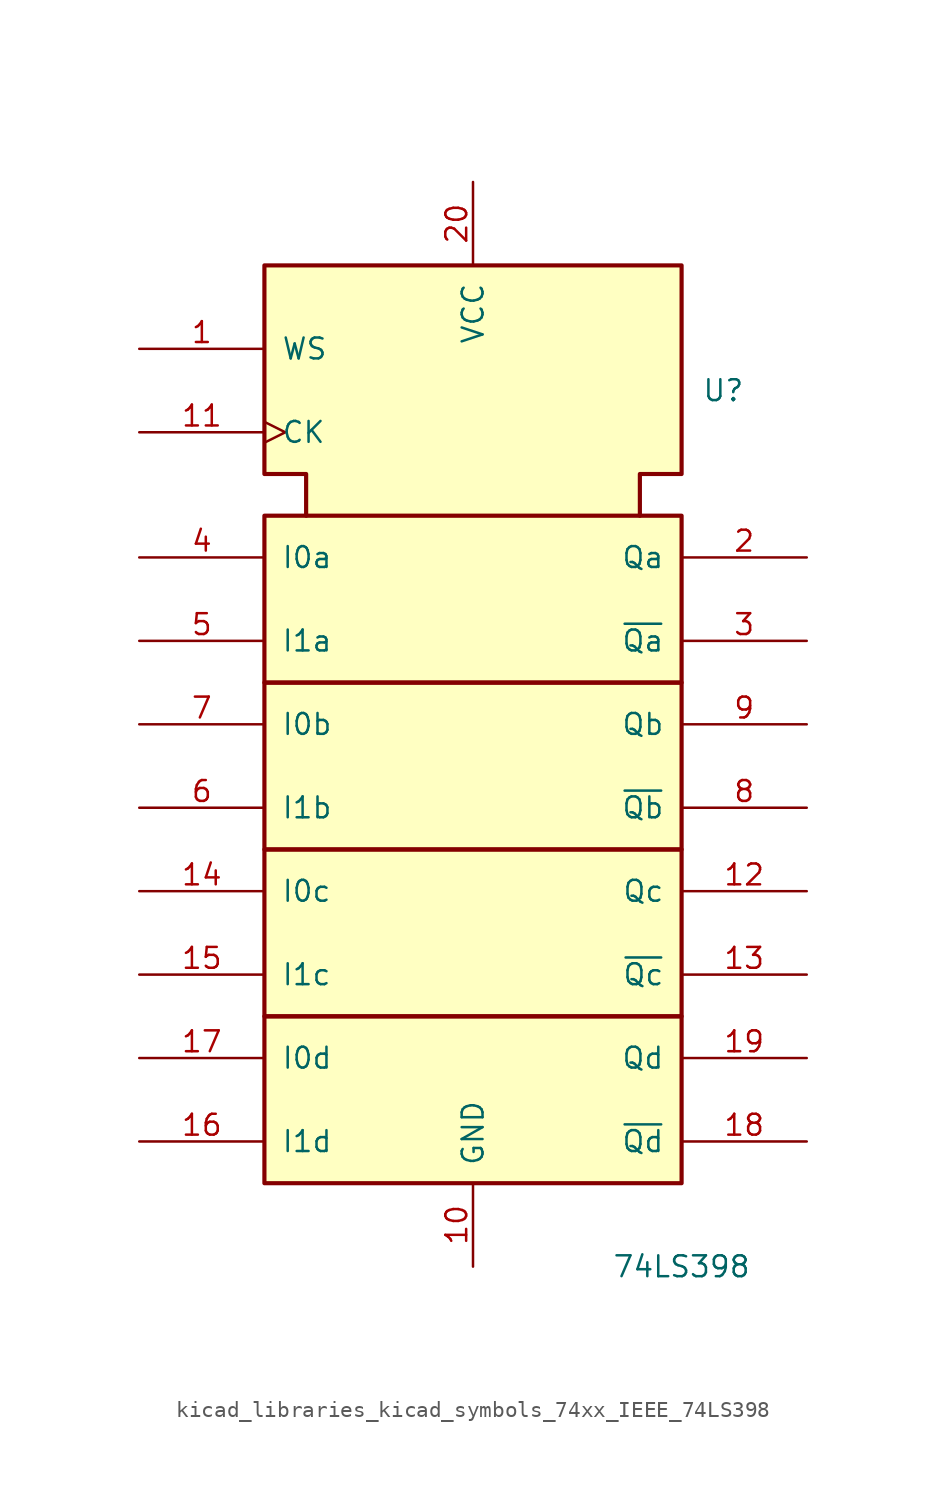
<source format=kicad_sym>
(kicad_symbol_lib
  (version 20220914)
  (generator kicad_symbol_editor)
  (symbol "kicad_libraries_kicad_symbols_74xx_IEEE_74LS398"
    (pin_names
      (offset 1.016))
    (property "Reference" "U"
      (at 15.24 20.32 0)
      (effects (font (size 1.27 1.27))))
    (property "Value" "74LS398"
      (at 12.7 -33.02 0)
      (effects (font (size 1.27 1.27))))
    (symbol "kicad_libraries_kicad_symbols_74xx_IEEE_74LS398_0_0"
      (rectangle (start -12.7 -17.78) (end 12.7 -27.94) (stroke (width 0.254) (type default)) (fill (type background)))
      (rectangle (start -12.7 -7.62) (end 12.7 -17.78) (stroke (width 0.254) (type default)) (fill (type background)))
      (rectangle (start -12.7 2.54) (end 12.7 -7.62) (stroke (width 0.254) (type default)) (fill (type background)))
      (rectangle (start -12.7 12.7) (end 12.7 2.54) (stroke (width 0.254) (type default)) (fill (type background)))
      (polyline (pts (xy -10.16 12.7) (xy -10.16 15.24) (xy -12.7 15.24) (xy -12.7 27.94) (xy 12.7 27.94) (xy 12.7 15.24) (xy 10.16 15.24) (xy 10.16 12.7) (xy 10.16 12.7)) (stroke (width 0.254) (type default)) (fill (type background)))
      (pin power_in line (at 0 -33.02 90) (length 5.08) (name "GND" (effects (font (size 1.27 1.27)))) (number "10" (effects (font (size 1.27 1.27)))))
      (pin power_in line (at 0 33.02 270) (length 5.08) (name "VCC" (effects (font (size 1.27 1.27)))) (number "20" (effects (font (size 1.27 1.27))))))
    (symbol "kicad_libraries_kicad_symbols_74xx_IEEE_74LS398_1_1"
      (pin input line (at -20.32 22.86 0) (length 7.62) (name "WS" (effects (font (size 1.27 1.27)))) (number "1" (effects (font (size 1.27 1.27)))))
      (pin input clock (at -20.32 17.78 0) (length 7.62) (name "CK" (effects (font (size 1.27 1.27)))) (number "11" (effects (font (size 1.27 1.27)))))
      (pin tri_state line (at 20.32 -10.16 180) (length 7.62) (name "Qc" (effects (font (size 1.27 1.27)))) (number "12" (effects (font (size 1.27 1.27)))))
      (pin output line (at 20.32 -15.24 180) (length 7.62) (name "~{Qc}" (effects (font (size 1.27 1.27)))) (number "13" (effects (font (size 1.27 1.27)))))
      (pin input line (at -20.32 -10.16 0) (length 7.62) (name "I0c" (effects (font (size 1.27 1.27)))) (number "14" (effects (font (size 1.27 1.27)))))
      (pin input line (at -20.32 -15.24 0) (length 7.62) (name "I1c" (effects (font (size 1.27 1.27)))) (number "15" (effects (font (size 1.27 1.27)))))
      (pin input line (at -20.32 -25.4 0) (length 7.62) (name "I1d" (effects (font (size 1.27 1.27)))) (number "16" (effects (font (size 1.27 1.27)))))
      (pin input line (at -20.32 -20.32 0) (length 7.62) (name "I0d" (effects (font (size 1.27 1.27)))) (number "17" (effects (font (size 1.27 1.27)))))
      (pin output line (at 20.32 -25.4 180) (length 7.62) (name "~{Qd}" (effects (font (size 1.27 1.27)))) (number "18" (effects (font (size 1.27 1.27)))))
      (pin tri_state line (at 20.32 -20.32 180) (length 7.62) (name "Qd" (effects (font (size 1.27 1.27)))) (number "19" (effects (font (size 1.27 1.27)))))
      (pin tri_state line (at 20.32 10.16 180) (length 7.62) (name "Qa" (effects (font (size 1.27 1.27)))) (number "2" (effects (font (size 1.27 1.27)))))
      (pin output line (at 20.32 5.08 180) (length 7.62) (name "~{Qa}" (effects (font (size 1.27 1.27)))) (number "3" (effects (font (size 1.27 1.27)))))
      (pin input line (at -20.32 10.16 0) (length 7.62) (name "I0a" (effects (font (size 1.27 1.27)))) (number "4" (effects (font (size 1.27 1.27)))))
      (pin input line (at -20.32 5.08 0) (length 7.62) (name "I1a" (effects (font (size 1.27 1.27)))) (number "5" (effects (font (size 1.27 1.27)))))
      (pin input line (at -20.32 -5.08 0) (length 7.62) (name "I1b" (effects (font (size 1.27 1.27)))) (number "6" (effects (font (size 1.27 1.27)))))
      (pin input line (at -20.32 0 0) (length 7.62) (name "I0b" (effects (font (size 1.27 1.27)))) (number "7" (effects (font (size 1.27 1.27)))))
      (pin output line (at 20.32 -5.08 180) (length 7.62) (name "~{Qb}" (effects (font (size 1.27 1.27)))) (number "8" (effects (font (size 1.27 1.27)))))
      (pin tri_state line (at 20.32 0 180) (length 7.62) (name "Qb" (effects (font (size 1.27 1.27)))) (number "9" (effects (font (size 1.27 1.27))))))))
</source>
